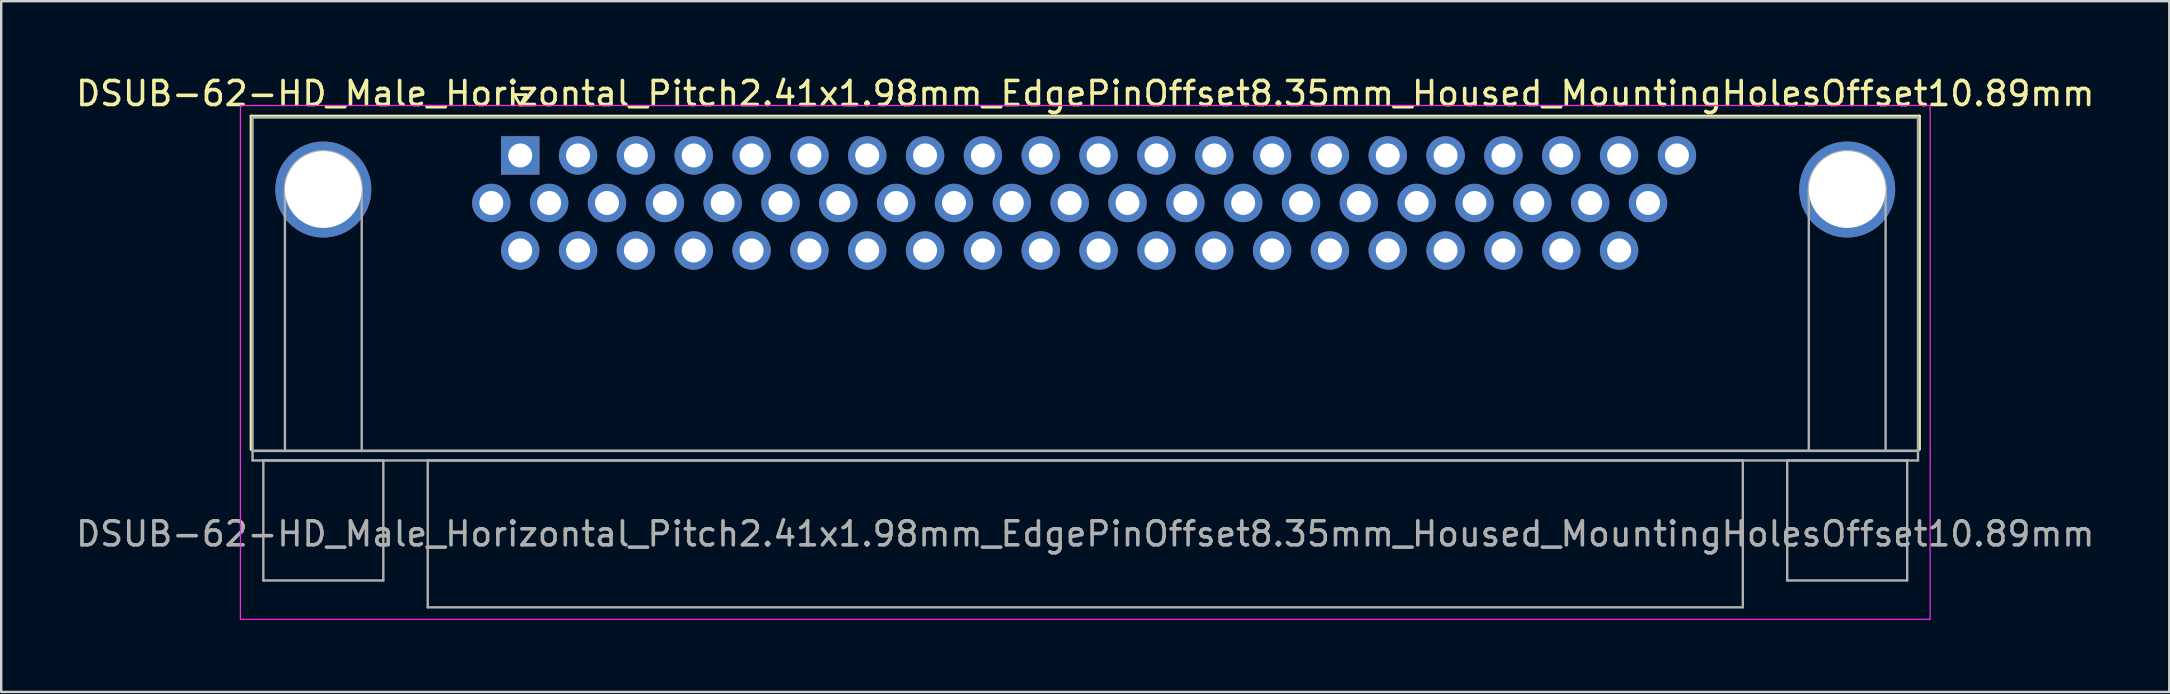
<source format=kicad_pcb>
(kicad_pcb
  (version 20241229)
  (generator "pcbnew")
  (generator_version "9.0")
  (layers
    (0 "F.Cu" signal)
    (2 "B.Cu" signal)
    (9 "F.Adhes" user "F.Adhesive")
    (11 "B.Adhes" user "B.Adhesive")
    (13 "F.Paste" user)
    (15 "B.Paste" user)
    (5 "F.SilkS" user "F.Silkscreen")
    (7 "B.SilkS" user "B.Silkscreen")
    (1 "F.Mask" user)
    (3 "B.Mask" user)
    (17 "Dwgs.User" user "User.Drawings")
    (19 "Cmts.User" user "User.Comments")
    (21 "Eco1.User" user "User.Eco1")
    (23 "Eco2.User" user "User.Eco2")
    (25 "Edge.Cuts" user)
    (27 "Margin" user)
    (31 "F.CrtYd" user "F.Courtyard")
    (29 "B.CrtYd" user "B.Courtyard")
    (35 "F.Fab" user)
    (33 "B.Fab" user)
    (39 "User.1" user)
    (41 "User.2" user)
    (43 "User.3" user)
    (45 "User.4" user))
  (footprint "DSUB-62-HD_Male_Horizontal_Pitch2.41x1.98mm_EdgePinOffset8.35mm_Housed_MountingHolesOffset10.89mm"
    (layer "F.Cu")
    (at 18.628 3.428)
    (property "Reference" "DSUB-62-HD_Male_Horizontal_Pitch2.41x1.98mm_EdgePinOffset8.35mm_Housed_MountingHolesOffset10.89mm" (at 23.545 -2.58 0) (layer "F.SilkS") (effects (font (size 1 1) (thickness 0.15))))
    (attr through_hole)
    (fp_line (start -11.215 -1.64) (end 58.305 -1.64) (stroke (width 0.12) (type solid)) (layer "F.SilkS"))
    (fp_line (start -11.215 12.25) (end -11.215 -1.64) (stroke (width 0.12) (type solid)) (layer "F.SilkS"))
    (fp_line (start -0.25 -2.534) (end 0.25 -2.534) (stroke (width 0.12) (type solid)) (layer "F.SilkS"))
    (fp_line (start 0 -2.101) (end -0.25 -2.534) (stroke (width 0.12) (type solid)) (layer "F.SilkS"))
    (fp_line (start 0.25 -2.534) (end 0 -2.101) (stroke (width 0.12) (type solid)) (layer "F.SilkS"))
    (fp_line (start 58.305 -1.64) (end 58.305 12.25) (stroke (width 0.12) (type solid)) (layer "F.SilkS"))
    (fp_line (start -11.66 -2.08) (end -11.66 19.33) (stroke (width 0.05) (type solid)) (layer "F.CrtYd"))
    (fp_line (start -11.66 19.33) (end 58.75 19.33) (stroke (width 0.05) (type solid)) (layer "F.CrtYd"))
    (fp_line (start 58.75 -2.08) (end -11.66 -2.08) (stroke (width 0.05) (type solid)) (layer "F.CrtYd"))
    (fp_line (start 58.75 19.33) (end 58.75 -2.08) (stroke (width 0.05) (type solid)) (layer "F.CrtYd"))
    (fp_line (start -11.155 -1.58) (end -11.155 12.31) (stroke (width 0.1) (type solid)) (layer "F.Fab"))
    (fp_line (start -11.155 12.31) (end -11.155 12.71) (stroke (width 0.1) (type solid)) (layer "F.Fab"))
    (fp_line (start -11.155 12.31) (end 58.245 12.31) (stroke (width 0.1) (type solid)) (layer "F.Fab"))
    (fp_line (start -11.155 12.71) (end 58.245 12.71) (stroke (width 0.1) (type solid)) (layer "F.Fab"))
    (fp_line (start -10.705 12.71) (end -10.705 17.71) (stroke (width 0.1) (type solid)) (layer "F.Fab"))
    (fp_line (start -10.705 17.71) (end -5.705 17.71) (stroke (width 0.1) (type solid)) (layer "F.Fab"))
    (fp_line (start -9.805 12.31) (end -9.805 1.42) (stroke (width 0.1) (type solid)) (layer "F.Fab"))
    (fp_line (start -6.605 12.31) (end -6.605 1.42) (stroke (width 0.1) (type solid)) (layer "F.Fab"))
    (fp_line (start -5.705 12.71) (end -10.705 12.71) (stroke (width 0.1) (type solid)) (layer "F.Fab"))
    (fp_line (start -5.705 17.71) (end -5.705 12.71) (stroke (width 0.1) (type solid)) (layer "F.Fab"))
    (fp_line (start -3.855 12.71) (end -3.855 18.83) (stroke (width 0.1) (type solid)) (layer "F.Fab"))
    (fp_line (start -3.855 18.83) (end 50.945 18.83) (stroke (width 0.1) (type solid)) (layer "F.Fab"))
    (fp_line (start 50.945 12.71) (end -3.855 12.71) (stroke (width 0.1) (type solid)) (layer "F.Fab"))
    (fp_line (start 50.945 18.83) (end 50.945 12.71) (stroke (width 0.1) (type solid)) (layer "F.Fab"))
    (fp_line (start 52.795 12.71) (end 52.795 17.71) (stroke (width 0.1) (type solid)) (layer "F.Fab"))
    (fp_line (start 52.795 17.71) (end 57.795 17.71) (stroke (width 0.1) (type solid)) (layer "F.Fab"))
    (fp_line (start 53.695 12.31) (end 53.695 1.42) (stroke (width 0.1) (type solid)) (layer "F.Fab"))
    (fp_line (start 56.895 12.31) (end 56.895 1.42) (stroke (width 0.1) (type solid)) (layer "F.Fab"))
    (fp_line (start 57.795 12.71) (end 52.795 12.71) (stroke (width 0.1) (type solid)) (layer "F.Fab"))
    (fp_line (start 57.795 17.71) (end 57.795 12.71) (stroke (width 0.1) (type solid)) (layer "F.Fab"))
    (fp_line (start 58.245 -1.58) (end -11.155 -1.58) (stroke (width 0.1) (type solid)) (layer "F.Fab"))
    (fp_line (start 58.245 12.31) (end -11.155 12.31) (stroke (width 0.1) (type solid)) (layer "F.Fab"))
    (fp_line (start 58.245 12.31) (end 58.245 -1.58) (stroke (width 0.1) (type solid)) (layer "F.Fab"))
    (fp_line (start 58.245 12.71) (end 58.245 12.31) (stroke (width 0.1) (type solid)) (layer "F.Fab"))
    (fp_arc (start -9.805 1.42) (mid -8.205 -0.18) (end -6.605 1.42) (stroke (width 0.1) (type solid)) (layer "F.Fab"))
    (fp_arc (start 53.695 1.42) (mid 55.295 -0.18) (end 56.895 1.42) (stroke (width 0.1) (type solid)) (layer "F.Fab"))
    (fp_text user "${REFERENCE}" (at 23.545 15.77 0) (layer "F.Fab") (effects (font (size 1 1) (thickness 0.15))))
    (pad "0" thru_hole circle (at -8.205 1.42) (size 4 4) (drill 3.2) (layers "*.Cu" "*.Mask"))
    (pad "0" thru_hole circle (at 55.295 1.42) (size 4 4) (drill 3.2) (layers "*.Cu" "*.Mask"))
    (pad "1" thru_hole rect (at 0 0) (size 1.6 1.6) (drill 1) (layers "*.Cu" "*.Mask"))
    (pad "2" thru_hole circle (at 2.41 0) (size 1.6 1.6) (drill 1) (layers "*.Cu" "*.Mask"))
    (pad "3" thru_hole circle (at 4.82 0) (size 1.6 1.6) (drill 1) (layers "*.Cu" "*.Mask"))
    (pad "4" thru_hole circle (at 7.23 0) (size 1.6 1.6) (drill 1) (layers "*.Cu" "*.Mask"))
    (pad "5" thru_hole circle (at 9.64 0) (size 1.6 1.6) (drill 1) (layers "*.Cu" "*.Mask"))
    (pad "6" thru_hole circle (at 12.05 0) (size 1.6 1.6) (drill 1) (layers "*.Cu" "*.Mask"))
    (pad "7" thru_hole circle (at 14.46 0) (size 1.6 1.6) (drill 1) (layers "*.Cu" "*.Mask"))
    (pad "8" thru_hole circle (at 16.87 0) (size 1.6 1.6) (drill 1) (layers "*.Cu" "*.Mask"))
    (pad "9" thru_hole circle (at 19.28 0) (size 1.6 1.6) (drill 1) (layers "*.Cu" "*.Mask"))
    (pad "10" thru_hole circle (at 21.69 0) (size 1.6 1.6) (drill 1) (layers "*.Cu" "*.Mask"))
    (pad "11" thru_hole circle (at 24.1 0) (size 1.6 1.6) (drill 1) (layers "*.Cu" "*.Mask"))
    (pad "12" thru_hole circle (at 26.51 0) (size 1.6 1.6) (drill 1) (layers "*.Cu" "*.Mask"))
    (pad "13" thru_hole circle (at 28.92 0) (size 1.6 1.6) (drill 1) (layers "*.Cu" "*.Mask"))
    (pad "14" thru_hole circle (at 31.33 0) (size 1.6 1.6) (drill 1) (layers "*.Cu" "*.Mask"))
    (pad "15" thru_hole circle (at 33.74 0) (size 1.6 1.6) (drill 1) (layers "*.Cu" "*.Mask"))
    (pad "16" thru_hole circle (at 36.15 0) (size 1.6 1.6) (drill 1) (layers "*.Cu" "*.Mask"))
    (pad "17" thru_hole circle (at 38.56 0) (size 1.6 1.6) (drill 1) (layers "*.Cu" "*.Mask"))
    (pad "18" thru_hole circle (at 40.97 0) (size 1.6 1.6) (drill 1) (layers "*.Cu" "*.Mask"))
    (pad "19" thru_hole circle (at 43.38 0) (size 1.6 1.6) (drill 1) (layers "*.Cu" "*.Mask"))
    (pad "20" thru_hole circle (at 45.79 0) (size 1.6 1.6) (drill 1) (layers "*.Cu" "*.Mask"))
    (pad "21" thru_hole circle (at 48.2 0) (size 1.6 1.6) (drill 1) (layers "*.Cu" "*.Mask"))
    (pad "22" thru_hole circle (at -1.205 1.98) (size 1.6 1.6) (drill 1) (layers "*.Cu" "*.Mask"))
    (pad "23" thru_hole circle (at 1.205 1.98) (size 1.6 1.6) (drill 1) (layers "*.Cu" "*.Mask"))
    (pad "24" thru_hole circle (at 3.615 1.98) (size 1.6 1.6) (drill 1) (layers "*.Cu" "*.Mask"))
    (pad "25" thru_hole circle (at 6.025 1.98) (size 1.6 1.6) (drill 1) (layers "*.Cu" "*.Mask"))
    (pad "26" thru_hole circle (at 8.435 1.98) (size 1.6 1.6) (drill 1) (layers "*.Cu" "*.Mask"))
    (pad "27" thru_hole circle (at 10.845 1.98) (size 1.6 1.6) (drill 1) (layers "*.Cu" "*.Mask"))
    (pad "28" thru_hole circle (at 13.255 1.98) (size 1.6 1.6) (drill 1) (layers "*.Cu" "*.Mask"))
    (pad "29" thru_hole circle (at 15.665 1.98) (size 1.6 1.6) (drill 1) (layers "*.Cu" "*.Mask"))
    (pad "30" thru_hole circle (at 18.075 1.98) (size 1.6 1.6) (drill 1) (layers "*.Cu" "*.Mask"))
    (pad "31" thru_hole circle (at 20.485 1.98) (size 1.6 1.6) (drill 1) (layers "*.Cu" "*.Mask"))
    (pad "32" thru_hole circle (at 22.895 1.98) (size 1.6 1.6) (drill 1) (layers "*.Cu" "*.Mask"))
    (pad "33" thru_hole circle (at 25.305 1.98) (size 1.6 1.6) (drill 1) (layers "*.Cu" "*.Mask"))
    (pad "34" thru_hole circle (at 27.715 1.98) (size 1.6 1.6) (drill 1) (layers "*.Cu" "*.Mask"))
    (pad "35" thru_hole circle (at 30.125 1.98) (size 1.6 1.6) (drill 1) (layers "*.Cu" "*.Mask"))
    (pad "36" thru_hole circle (at 32.535 1.98) (size 1.6 1.6) (drill 1) (layers "*.Cu" "*.Mask"))
    (pad "37" thru_hole circle (at 34.945 1.98) (size 1.6 1.6) (drill 1) (layers "*.Cu" "*.Mask"))
    (pad "38" thru_hole circle (at 37.355 1.98) (size 1.6 1.6) (drill 1) (layers "*.Cu" "*.Mask"))
    (pad "39" thru_hole circle (at 39.765 1.98) (size 1.6 1.6) (drill 1) (layers "*.Cu" "*.Mask"))
    (pad "40" thru_hole circle (at 42.175 1.98) (size 1.6 1.6) (drill 1) (layers "*.Cu" "*.Mask"))
    (pad "41" thru_hole circle (at 44.585 1.98) (size 1.6 1.6) (drill 1) (layers "*.Cu" "*.Mask"))
    (pad "42" thru_hole circle (at 46.995 1.98) (size 1.6 1.6) (drill 1) (layers "*.Cu" "*.Mask"))
    (pad "43" thru_hole circle (at 0 3.96) (size 1.6 1.6) (drill 1) (layers "*.Cu" "*.Mask"))
    (pad "44" thru_hole circle (at 2.41 3.96) (size 1.6 1.6) (drill 1) (layers "*.Cu" "*.Mask"))
    (pad "45" thru_hole circle (at 4.82 3.96) (size 1.6 1.6) (drill 1) (layers "*.Cu" "*.Mask"))
    (pad "46" thru_hole circle (at 7.23 3.96) (size 1.6 1.6) (drill 1) (layers "*.Cu" "*.Mask"))
    (pad "47" thru_hole circle (at 9.64 3.96) (size 1.6 1.6) (drill 1) (layers "*.Cu" "*.Mask"))
    (pad "48" thru_hole circle (at 12.05 3.96) (size 1.6 1.6) (drill 1) (layers "*.Cu" "*.Mask"))
    (pad "49" thru_hole circle (at 14.46 3.96) (size 1.6 1.6) (drill 1) (layers "*.Cu" "*.Mask"))
    (pad "50" thru_hole circle (at 16.87 3.96) (size 1.6 1.6) (drill 1) (layers "*.Cu" "*.Mask"))
    (pad "51" thru_hole circle (at 19.28 3.96) (size 1.6 1.6) (drill 1) (layers "*.Cu" "*.Mask"))
    (pad "52" thru_hole circle (at 21.69 3.96) (size 1.6 1.6) (drill 1) (layers "*.Cu" "*.Mask"))
    (pad "53" thru_hole circle (at 24.1 3.96) (size 1.6 1.6) (drill 1) (layers "*.Cu" "*.Mask"))
    (pad "54" thru_hole circle (at 26.51 3.96) (size 1.6 1.6) (drill 1) (layers "*.Cu" "*.Mask"))
    (pad "55" thru_hole circle (at 28.92 3.96) (size 1.6 1.6) (drill 1) (layers "*.Cu" "*.Mask"))
    (pad "56" thru_hole circle (at 31.33 3.96) (size 1.6 1.6) (drill 1) (layers "*.Cu" "*.Mask"))
    (pad "57" thru_hole circle (at 33.74 3.96) (size 1.6 1.6) (drill 1) (layers "*.Cu" "*.Mask"))
    (pad "58" thru_hole circle (at 36.15 3.96) (size 1.6 1.6) (drill 1) (layers "*.Cu" "*.Mask"))
    (pad "59" thru_hole circle (at 38.56 3.96) (size 1.6 1.6) (drill 1) (layers "*.Cu" "*.Mask"))
    (pad "60" thru_hole circle (at 40.97 3.96) (size 1.6 1.6) (drill 1) (layers "*.Cu" "*.Mask"))
    (pad "61" thru_hole circle (at 43.38 3.96) (size 1.6 1.6) (drill 1) (layers "*.Cu" "*.Mask"))
    (pad "62" thru_hole circle (at 45.79 3.96) (size 1.6 1.6) (drill 1) (layers "*.Cu" "*.Mask")))
  (gr_rect
    (start -3 -3)
    (end 87.345 25.783)
    (stroke (width 0.1) (type default))
    (fill no)
    (layer "Edge.Cuts")))
</source>
